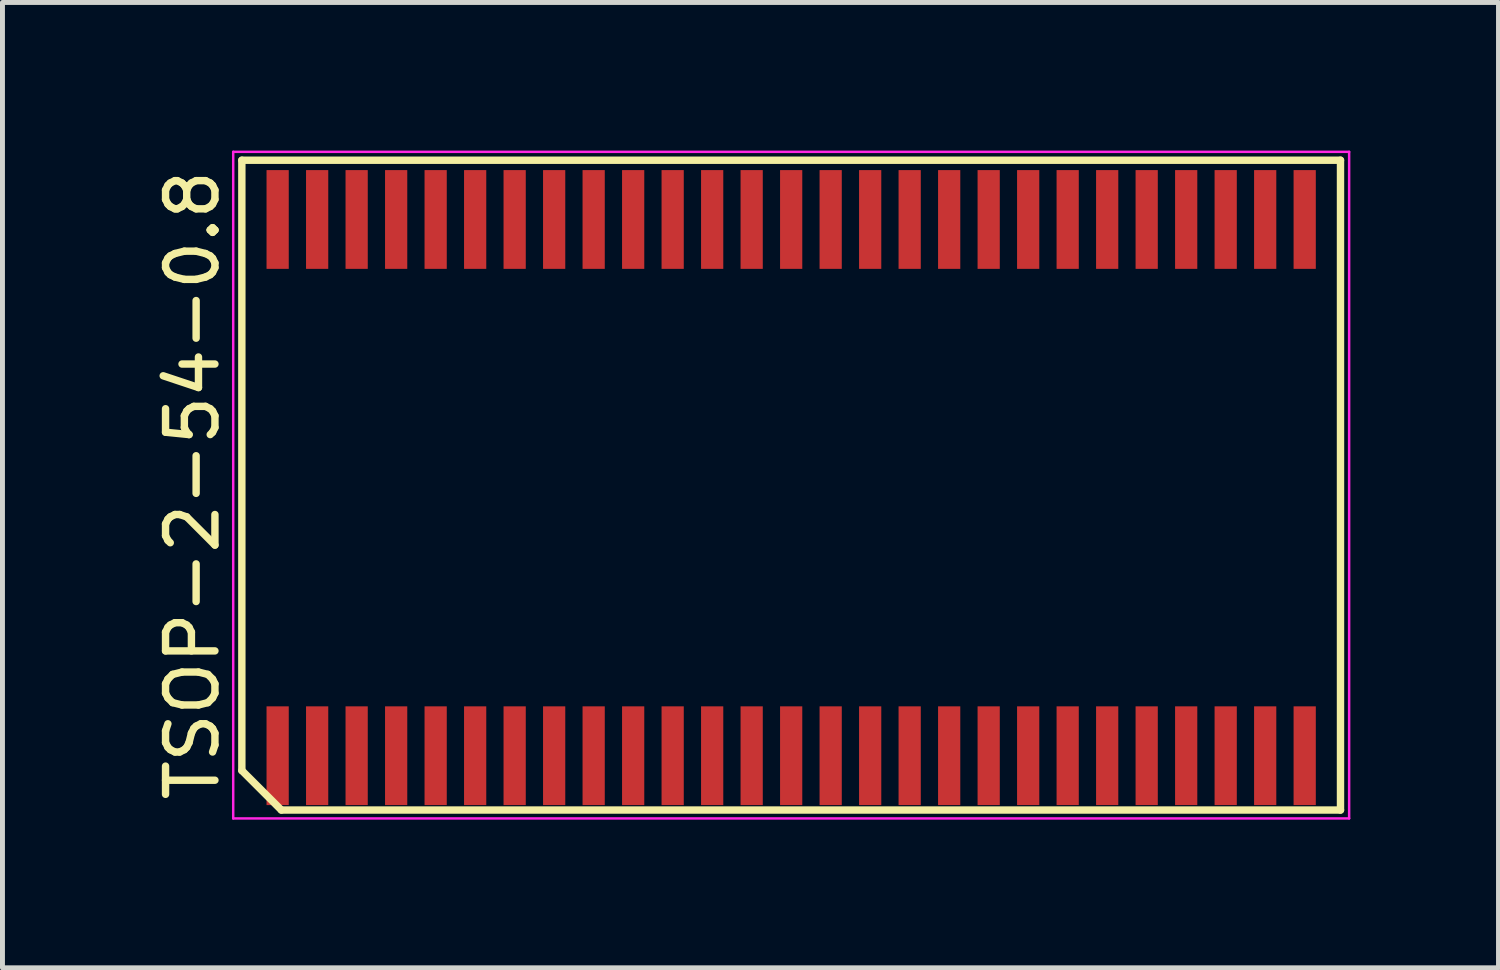
<source format=kicad_pcb>
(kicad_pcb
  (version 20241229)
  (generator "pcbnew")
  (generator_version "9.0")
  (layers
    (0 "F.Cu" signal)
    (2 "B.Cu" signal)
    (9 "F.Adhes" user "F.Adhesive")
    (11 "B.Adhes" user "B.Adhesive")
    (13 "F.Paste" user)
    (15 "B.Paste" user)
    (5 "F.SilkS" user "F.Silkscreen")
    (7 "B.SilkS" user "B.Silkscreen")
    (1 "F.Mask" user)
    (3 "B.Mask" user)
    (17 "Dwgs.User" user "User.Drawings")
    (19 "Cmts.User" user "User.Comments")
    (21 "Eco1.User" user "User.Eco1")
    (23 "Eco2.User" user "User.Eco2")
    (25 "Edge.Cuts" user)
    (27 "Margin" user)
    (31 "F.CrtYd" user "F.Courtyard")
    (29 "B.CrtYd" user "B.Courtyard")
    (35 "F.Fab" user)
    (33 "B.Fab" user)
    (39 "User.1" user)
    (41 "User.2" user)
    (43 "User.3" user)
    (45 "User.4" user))
  (footprint "TSOP-2-54-0.8"
    (layer "F.Cu")
    (at 12.973 6.775)
    (property "Reference" "TSOP-2-54-0.8" (at -12.125 0 90) (layer "F.SilkS") (effects (font (size 1 1) (thickness 0.15))))
    (attr smd)
    (fp_line (start -11.125 -6.58) (end 11.125 -6.58) (stroke (width 0.15) (type solid)) (layer "F.SilkS"))
    (fp_line (start -11.125 5.78) (end -11.125 -6.58) (stroke (width 0.15) (type solid)) (layer "F.SilkS"))
    (fp_line (start -10.325 6.58) (end -11.125 5.78) (stroke (width 0.15) (type solid)) (layer "F.SilkS"))
    (fp_line (start 11.125 -6.58) (end 11.125 6.58) (stroke (width 0.15) (type solid)) (layer "F.SilkS"))
    (fp_line (start 11.125 6.58) (end -10.325 6.58) (stroke (width 0.15) (type solid)) (layer "F.SilkS"))
    (fp_line (start -11.3 -6.75) (end 11.3 -6.75) (stroke (width 0.05) (type solid)) (layer "F.CrtYd"))
    (fp_line (start -11.3 6.75) (end -11.3 -6.75) (stroke (width 0.05) (type solid)) (layer "F.CrtYd"))
    (fp_line (start 11.3 -6.75) (end 11.3 6.75) (stroke (width 0.05) (type solid)) (layer "F.CrtYd"))
    (fp_line (start 11.3 6.75) (end -11.3 6.75) (stroke (width 0.05) (type solid)) (layer "F.CrtYd"))
    (pad "1" smd rect (at -10.4 5.48) (size 0.45 2) (layers "F.Cu" "F.Mask" "F.Paste"))
    (pad "2" smd rect (at -9.6 5.48) (size 0.45 2) (layers "F.Cu" "F.Mask" "F.Paste"))
    (pad "3" smd rect (at -8.8 5.48) (size 0.45 2) (layers "F.Cu" "F.Mask" "F.Paste"))
    (pad "4" smd rect (at -8 5.48) (size 0.45 2) (layers "F.Cu" "F.Mask" "F.Paste"))
    (pad "5" smd rect (at -7.2 5.48) (size 0.45 2) (layers "F.Cu" "F.Mask" "F.Paste"))
    (pad "6" smd rect (at -6.4 5.48) (size 0.45 2) (layers "F.Cu" "F.Mask" "F.Paste"))
    (pad "7" smd rect (at -5.6 5.48) (size 0.45 2) (layers "F.Cu" "F.Mask" "F.Paste"))
    (pad "8" smd rect (at -4.8 5.48) (size 0.45 2) (layers "F.Cu" "F.Mask" "F.Paste"))
    (pad "9" smd rect (at -4 5.48) (size 0.45 2) (layers "F.Cu" "F.Mask" "F.Paste"))
    (pad "10" smd rect (at -3.2 5.48) (size 0.45 2) (layers "F.Cu" "F.Mask" "F.Paste"))
    (pad "11" smd rect (at -2.4 5.48) (size 0.45 2) (layers "F.Cu" "F.Mask" "F.Paste"))
    (pad "12" smd rect (at -1.6 5.48) (size 0.45 2) (layers "F.Cu" "F.Mask" "F.Paste"))
    (pad "13" smd rect (at -0.8 5.48) (size 0.45 2) (layers "F.Cu" "F.Mask" "F.Paste"))
    (pad "14" smd rect (at 0 5.48) (size 0.45 2) (layers "F.Cu" "F.Mask" "F.Paste"))
    (pad "15" smd rect (at 0.8 5.48) (size 0.45 2) (layers "F.Cu" "F.Mask" "F.Paste"))
    (pad "16" smd rect (at 1.6 5.48) (size 0.45 2) (layers "F.Cu" "F.Mask" "F.Paste"))
    (pad "17" smd rect (at 2.4 5.48) (size 0.45 2) (layers "F.Cu" "F.Mask" "F.Paste"))
    (pad "18" smd rect (at 3.2 5.48) (size 0.45 2) (layers "F.Cu" "F.Mask" "F.Paste"))
    (pad "19" smd rect (at 4 5.48) (size 0.45 2) (layers "F.Cu" "F.Mask" "F.Paste"))
    (pad "20" smd rect (at 4.8 5.48) (size 0.45 2) (layers "F.Cu" "F.Mask" "F.Paste"))
    (pad "21" smd rect (at 5.6 5.48) (size 0.45 2) (layers "F.Cu" "F.Mask" "F.Paste"))
    (pad "22" smd rect (at 6.4 5.48) (size 0.45 2) (layers "F.Cu" "F.Mask" "F.Paste"))
    (pad "23" smd rect (at 7.2 5.48) (size 0.45 2) (layers "F.Cu" "F.Mask" "F.Paste"))
    (pad "24" smd rect (at 8 5.48) (size 0.45 2) (layers "F.Cu" "F.Mask" "F.Paste"))
    (pad "25" smd rect (at 8.8 5.48) (size 0.45 2) (layers "F.Cu" "F.Mask" "F.Paste"))
    (pad "26" smd rect (at 9.6 5.48) (size 0.45 2) (layers "F.Cu" "F.Mask" "F.Paste"))
    (pad "27" smd rect (at 10.4 5.48) (size 0.45 2) (layers "F.Cu" "F.Mask" "F.Paste"))
    (pad "28" smd rect (at 10.4 -5.38) (size 0.45 2) (layers "F.Cu" "F.Mask" "F.Paste"))
    (pad "29" smd rect (at 9.6 -5.38) (size 0.45 2) (layers "F.Cu" "F.Mask" "F.Paste"))
    (pad "30" smd rect (at 8.8 -5.38) (size 0.45 2) (layers "F.Cu" "F.Mask" "F.Paste"))
    (pad "31" smd rect (at 8 -5.38) (size 0.45 2) (layers "F.Cu" "F.Mask" "F.Paste"))
    (pad "32" smd rect (at 7.2 -5.38) (size 0.45 2) (layers "F.Cu" "F.Mask" "F.Paste"))
    (pad "33" smd rect (at 6.4 -5.38) (size 0.45 2) (layers "F.Cu" "F.Mask" "F.Paste"))
    (pad "34" smd rect (at 5.6 -5.38) (size 0.45 2) (layers "F.Cu" "F.Mask" "F.Paste"))
    (pad "35" smd rect (at 4.8 -5.38) (size 0.45 2) (layers "F.Cu" "F.Mask" "F.Paste"))
    (pad "36" smd rect (at 4 -5.38) (size 0.45 2) (layers "F.Cu" "F.Mask" "F.Paste"))
    (pad "37" smd rect (at 3.2 -5.38) (size 0.45 2) (layers "F.Cu" "F.Mask" "F.Paste"))
    (pad "38" smd rect (at 2.4 -5.38) (size 0.45 2) (layers "F.Cu" "F.Mask" "F.Paste"))
    (pad "39" smd rect (at 1.6 -5.38) (size 0.45 2) (layers "F.Cu" "F.Mask" "F.Paste"))
    (pad "40" smd rect (at 0.8 -5.38) (size 0.45 2) (layers "F.Cu" "F.Mask" "F.Paste"))
    (pad "41" smd rect (at 0 -5.38) (size 0.45 2) (layers "F.Cu" "F.Mask" "F.Paste"))
    (pad "42" smd rect (at -0.8 -5.38) (size 0.45 2) (layers "F.Cu" "F.Mask" "F.Paste"))
    (pad "43" smd rect (at -1.6 -5.38) (size 0.45 2) (layers "F.Cu" "F.Mask" "F.Paste"))
    (pad "44" smd rect (at -2.4 -5.38) (size 0.45 2) (layers "F.Cu" "F.Mask" "F.Paste"))
    (pad "45" smd rect (at -3.2 -5.38) (size 0.45 2) (layers "F.Cu" "F.Mask" "F.Paste"))
    (pad "46" smd rect (at -4 -5.38) (size 0.45 2) (layers "F.Cu" "F.Mask" "F.Paste"))
    (pad "47" smd rect (at -4.8 -5.38) (size 0.45 2) (layers "F.Cu" "F.Mask" "F.Paste"))
    (pad "48" smd rect (at -5.6 -5.38) (size 0.45 2) (layers "F.Cu" "F.Mask" "F.Paste"))
    (pad "49" smd rect (at -6.4 -5.38) (size 0.45 2) (layers "F.Cu" "F.Mask" "F.Paste"))
    (pad "50" smd rect (at -7.2 -5.38) (size 0.45 2) (layers "F.Cu" "F.Mask" "F.Paste"))
    (pad "51" smd rect (at -8 -5.38) (size 0.45 2) (layers "F.Cu" "F.Mask" "F.Paste"))
    (pad "52" smd rect (at -8.8 -5.38) (size 0.45 2) (layers "F.Cu" "F.Mask" "F.Paste"))
    (pad "53" smd rect (at -9.6 -5.38) (size 0.45 2) (layers "F.Cu" "F.Mask" "F.Paste"))
    (pad "54" smd rect (at -10.4 -5.38) (size 0.45 2) (layers "F.Cu" "F.Mask" "F.Paste")))
  (gr_rect
    (start -3 -3)
    (end 27.298 16.55)
    (stroke (width 0.1) (type default))
    (fill no)
    (layer "Edge.Cuts")))
</source>
